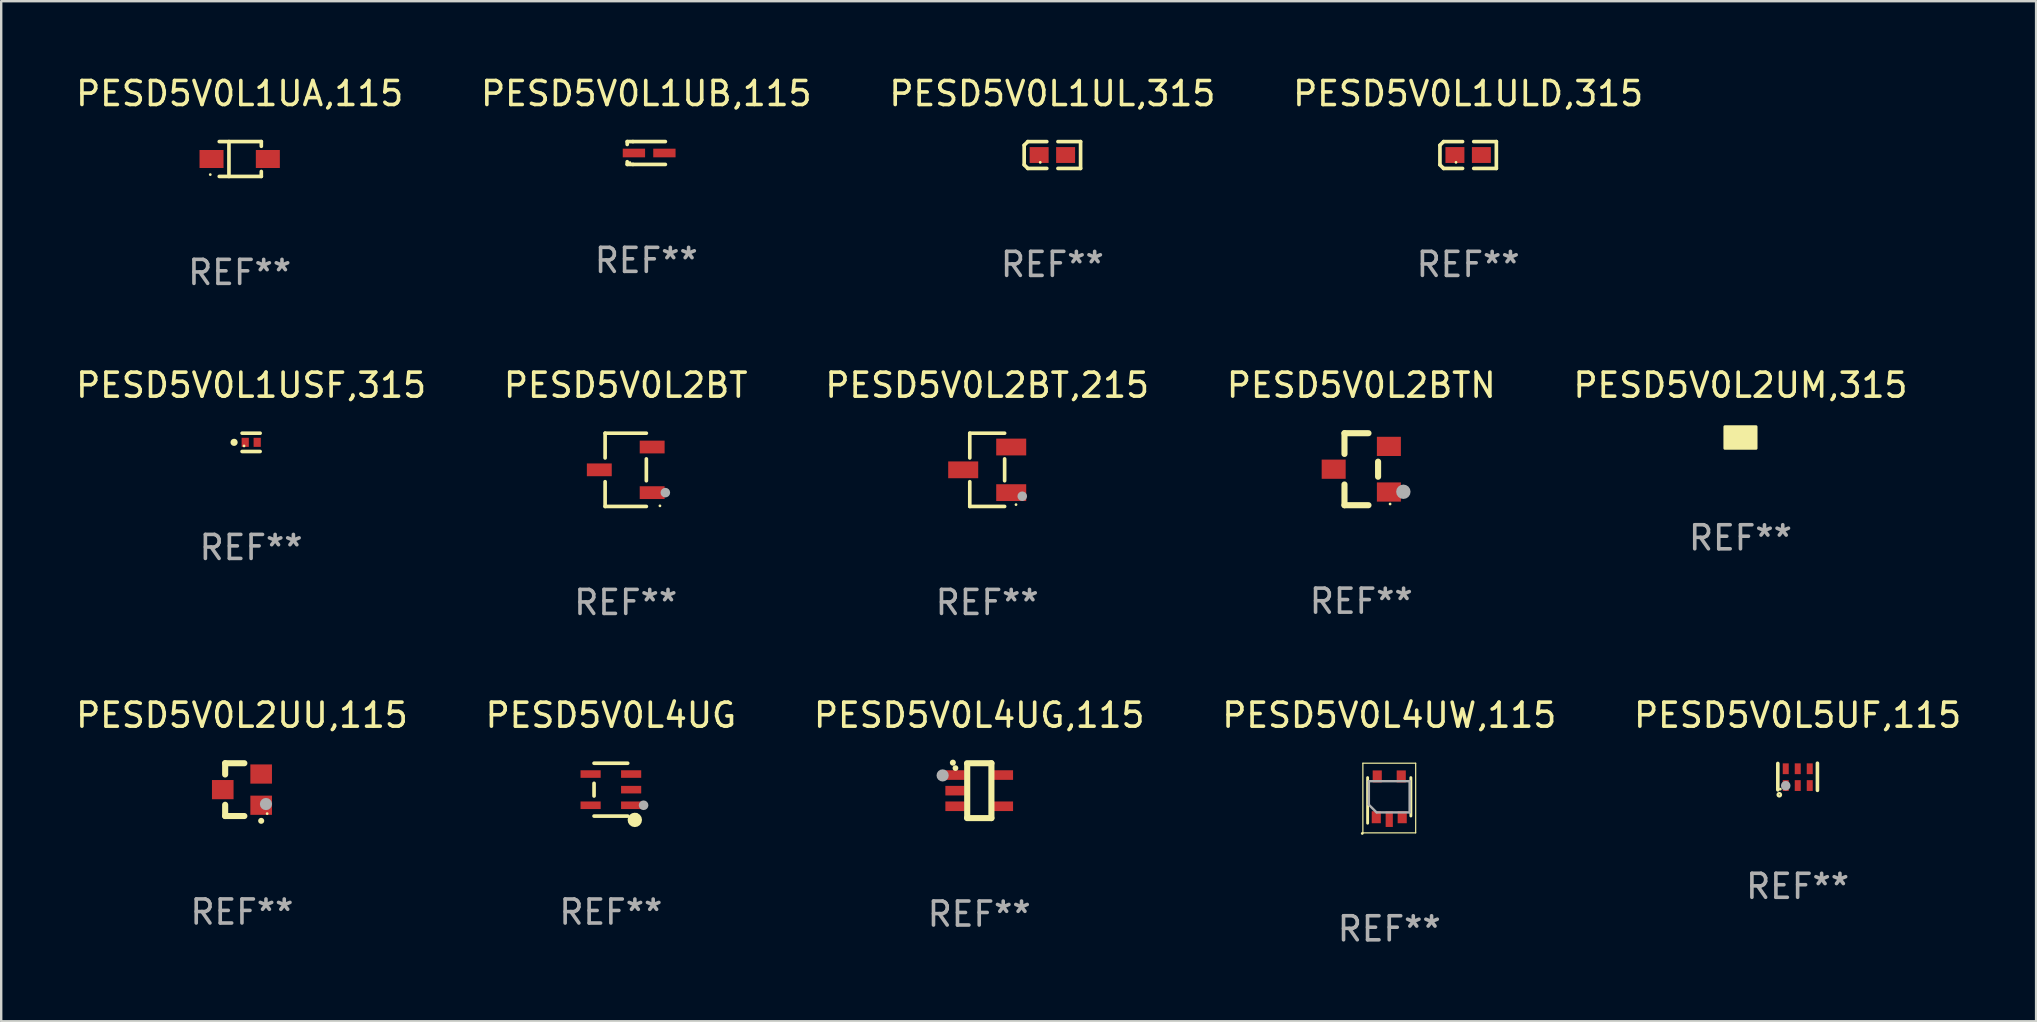
<source format=kicad_pcb>
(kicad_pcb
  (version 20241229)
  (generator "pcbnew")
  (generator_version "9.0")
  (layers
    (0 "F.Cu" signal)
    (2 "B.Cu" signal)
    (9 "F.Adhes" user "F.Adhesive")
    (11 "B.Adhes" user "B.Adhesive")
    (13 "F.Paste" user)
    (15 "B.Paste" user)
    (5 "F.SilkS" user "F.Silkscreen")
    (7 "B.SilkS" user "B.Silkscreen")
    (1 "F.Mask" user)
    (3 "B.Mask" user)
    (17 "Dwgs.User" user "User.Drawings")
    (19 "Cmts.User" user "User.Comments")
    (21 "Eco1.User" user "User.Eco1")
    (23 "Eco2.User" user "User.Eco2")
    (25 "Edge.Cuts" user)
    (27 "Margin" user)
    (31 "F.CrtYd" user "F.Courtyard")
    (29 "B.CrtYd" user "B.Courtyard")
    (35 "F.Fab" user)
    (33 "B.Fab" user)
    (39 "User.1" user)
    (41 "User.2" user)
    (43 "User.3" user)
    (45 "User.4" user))
  (footprint "PESD5V0L1UA,115"
    (layer "F.Cu")
    (at 6.935 3.574)
    (property "Reference" "PESD5V0L1UA,115" (at 0 -2.726 0) (layer "F.SilkS") (effects (font (size 1 1) (thickness 0.15))))
    (attr through_hole)
    (fp_line (start -0.851 -0.726) (end 0.901 -0.726) (stroke (width 0.152) (type solid)) (layer "F.SilkS"))
    (fp_line (start -0.851 0.726) (end 0.901 0.726) (stroke (width 0.152) (type solid)) (layer "F.SilkS"))
    (fp_line (start -0.447 -0.726) (end -0.447 0.726) (stroke (width 0.152) (type solid)) (layer "F.SilkS"))
    (fp_line (start 0.901 -0.726) (end 0.901 -0.53) (stroke (width 0.152) (type solid)) (layer "F.SilkS"))
    (fp_line (start 0.901 0.726) (end 0.901 0.52) (stroke (width 0.152) (type solid)) (layer "F.SilkS"))
    (fp_circle (center -1.225 0.65) (end -1.195 0.65) (stroke (width 0.06) (type solid)) (fill no) (layer "F.SilkS"))
    (fp_text user "REF**" (at 0 4.726 0) (layer "F.Fab") (effects (font (size 1 1) (thickness 0.15))))
    (pad "1" smd rect (at -1.173 0) (size 1 0.75) (layers "F.Cu" "F.Mask" "F.Paste"))
    (pad "2" smd rect (at 1.173 0) (size 1 0.75) (layers "F.Cu" "F.Mask" "F.Paste")))
  (footprint "PESD5V0L2UM,315"
    (layer "F.Cu")
    (at 69.458 15.177)
    (property "Reference" "PESD5V0L2UM,315" (at 0 -2.18 0) (layer "F.SilkS") (effects (font (size 1 1) (thickness 0.15))))
    (attr through_hole)
    (fp_circle (center 0.513 0.311) (end 0.543 0.311) (stroke (width 0.06) (type solid)) (fill no) (layer "F.SilkS"))
    (fp_poly (pts (xy -0.65 -0.45) (xy 0.65 -0.45) (xy 0.65 0.45) (xy -0.65 0.45)) (stroke (width 0.12) (type solid)) (fill yes) (layer "F.SilkS"))
    (fp_text user "REF**" (at 0 4.18 0) (layer "F.Fab") (effects (font (size 1 1) (thickness 0.15))))
    (pad "1" smd custom (at 0.35 0.18) (size 0.26 0.16) (layers "F.Cu" "F.Mask" "F.Paste") (options (anchor circle)) (primitives (gr_poly (pts (xy 0.13 0.08) (xy -0.13 0.08) (xy -0.13 -0.08) (xy 0.13 -0.08)) (width 0) (fill yes))))
    (pad "2" smd custom (at 0.35 -0.18) (size 0.26 0.16) (layers "F.Cu" "F.Mask" "F.Paste") (options (anchor circle)) (primitives (gr_poly (pts (xy 0.13 0.08) (xy -0.13 0.08) (xy -0.13 -0.08) (xy 0.13 -0.08)) (width 0) (fill yes))))
    (pad "3" smd custom (at -0.35 -0.005) (size 0.26 0.51) (layers "F.Cu" "F.Mask" "F.Paste") (options (anchor circle)) (primitives (gr_poly (pts (xy 0.13 0.255) (xy -0.13 0.255) (xy -0.13 -0.255) (xy 0.13 -0.255)) (width 0) (fill yes)))))
  (footprint "PESD5V0L4UW,115"
    (layer "F.Cu")
    (at 54.827 30.196)
    (property "Reference" "PESD5V0L4UW,115" (at 0 -3.45 0) (layer "F.SilkS") (effects (font (size 1 1) (thickness 0.15))))
    (attr through_hole)
    (fp_line (start -1.1 -1.45) (end 1.1 -1.45) (stroke (width 0.05) (type solid)) (layer "F.SilkS"))
    (fp_line (start -1.1 1.45) (end -1.1 -1.45) (stroke (width 0.05) (type solid)) (layer "F.SilkS"))
    (fp_line (start -0.902 -0.851) (end -0.902 1.049) (stroke (width 0.12) (type solid)) (layer "F.SilkS"))
    (fp_line (start 0.899 0.749) (end 0.899 -0.851) (stroke (width 0.12) (type solid)) (layer "F.SilkS"))
    (fp_line (start 1.1 -1.45) (end 1.1 1.45) (stroke (width 0.05) (type solid)) (layer "F.SilkS"))
    (fp_line (start 1.1 1.45) (end -1.1 1.45) (stroke (width 0.05) (type solid)) (layer "F.SilkS"))
    (fp_circle (center -1.125 1.475) (end -1.095 1.475) (stroke (width 0.06) (type solid)) (fill no) (layer "F.SilkS"))
    (fp_line (start -0.851 -0.701) (end 0.848 -0.701) (stroke (width 0.1) (type solid)) (layer "F.Fab"))
    (fp_line (start -0.851 0.279) (end -0.851 -0.701) (stroke (width 0.1) (type solid)) (layer "F.Fab"))
    (fp_line (start -0.531 0.599) (end -0.851 0.279) (stroke (width 0.1) (type solid)) (layer "F.Fab"))
    (fp_line (start 0.848 -0.701) (end 0.848 0.599) (stroke (width 0.1) (type solid)) (layer "F.Fab"))
    (fp_line (start 0.848 0.599) (end -0.511 0.599) (stroke (width 0.1) (type solid)) (layer "F.Fab"))
    (fp_text user "REF**" (at 0 5.45 0) (layer "F.Fab") (effects (font (size 1 1) (thickness 0.15))))
    (pad "1" smd rect (at -0.541 0.8 90) (size 0.5 0.38) (layers "F.Cu" "F.Mask" "F.Paste"))
    (pad "2" smd rect (at -0.001 0.88 90) (size 0.65 0.3) (layers "F.Cu" "F.Mask" "F.Paste"))
    (pad "3" smd rect (at 0.539 0.8 90) (size 0.5 0.38) (layers "F.Cu" "F.Mask" "F.Paste"))
    (pad "4" smd rect (at 0.499 -0.9 90) (size 0.5 0.38) (layers "F.Cu" "F.Mask" "F.Paste"))
    (pad "5" smd rect (at -0.501 -0.9 90) (size 0.5 0.38) (layers "F.Cu" "F.Mask" "F.Paste")))
  (footprint "PESD5V0L2BT"
    (layer "F.Cu")
    (at 23.018 16.523)
    (property "Reference" "PESD5V0L2BT" (at 0 -3.526 0) (layer "F.SilkS") (effects (font (size 1 1) (thickness 0.15))))
    (attr through_hole)
    (fp_line (start -0.859 -1.526) (end -0.859 -0.495) (stroke (width 0.152) (type solid)) (layer "F.SilkS"))
    (fp_line (start -0.859 1.526) (end -0.859 0.495) (stroke (width 0.152) (type solid)) (layer "F.SilkS"))
    (fp_line (start 0.859 -1.526) (end -0.859 -1.526) (stroke (width 0.152) (type solid)) (layer "F.SilkS"))
    (fp_line (start 0.859 -0.455) (end 0.859 0.455) (stroke (width 0.152) (type solid)) (layer "F.SilkS"))
    (fp_line (start 0.859 1.526) (end -0.859 1.526) (stroke (width 0.152) (type solid)) (layer "F.SilkS"))
    (fp_circle (center 1.425 1.5) (end 1.455 1.5) (stroke (width 0.06) (type solid)) (fill no) (layer "F.SilkS"))
    (fp_circle (center 1.65 0.95) (end 1.75 0.95) (stroke (width 0.2) (type solid)) (fill no) (layer "F.Fab"))
    (fp_text user "REF**" (at 0 5.526 0) (layer "F.Fab") (effects (font (size 1 1) (thickness 0.15))))
    (pad "1" smd rect (at 1.101 0.95) (size 1.037 0.532) (layers "F.Cu" "F.Mask" "F.Paste"))
    (pad "2" smd rect (at 1.101 -0.95) (size 1.037 0.532) (layers "F.Cu" "F.Mask" "F.Paste"))
    (pad "3" smd rect (at -1.101 0) (size 1.037 0.532) (layers "F.Cu" "F.Mask" "F.Paste")))
  (footprint "PESD5V0L2BT,215"
    (layer "F.Cu")
    (at 38.077 16.523)
    (property "Reference" "PESD5V0L2BT,215" (at 0 -3.526 0) (layer "F.SilkS") (effects (font (size 1 1) (thickness 0.15))))
    (attr through_hole)
    (fp_line (start -0.726 -1.526) (end -0.726 -0.495) (stroke (width 0.152) (type solid)) (layer "F.SilkS"))
    (fp_line (start -0.726 1.526) (end -0.726 0.495) (stroke (width 0.152) (type solid)) (layer "F.SilkS"))
    (fp_line (start 0.726 -1.526) (end -0.726 -1.526) (stroke (width 0.152) (type solid)) (layer "F.SilkS"))
    (fp_line (start 0.726 -0.455) (end 0.726 0.455) (stroke (width 0.152) (type solid)) (layer "F.SilkS"))
    (fp_line (start 0.726 1.526) (end -0.726 1.526) (stroke (width 0.152) (type solid)) (layer "F.SilkS"))
    (fp_circle (center 1.2 1.45) (end 1.23 1.45) (stroke (width 0.06) (type solid)) (fill no) (layer "F.SilkS"))
    (fp_circle (center 1.46 1.1) (end 1.56 1.1) (stroke (width 0.2) (type solid)) (fill no) (layer "F.Fab"))
    (fp_text user "REF**" (at 0 5.526 0) (layer "F.Fab") (effects (font (size 1 1) (thickness 0.15))))
    (pad "1" smd rect (at 1 0.95) (size 1.25 0.7) (layers "F.Cu" "F.Mask" "F.Paste"))
    (pad "2" smd rect (at 1 -0.95) (size 1.25 0.7) (layers "F.Cu" "F.Mask" "F.Paste"))
    (pad "3" smd rect (at -1 0) (size 1.25 0.7) (layers "F.Cu" "F.Mask" "F.Paste")))
  (footprint "PESD5V0L2UU,115"
    (layer "F.Cu")
    (at 7.03 29.846)
    (property "Reference" "PESD5V0L2UU,115" (at 0 -3.1 0) (layer "F.SilkS") (effects (font (size 1 1) (thickness 0.15))))
    (attr through_hole)
    (fp_line (start -0.7 -1.1) (end 0.1 -1.1) (stroke (width 0.254) (type solid)) (layer "F.SilkS"))
    (fp_line (start -0.7 -0.631) (end -0.7 -1.1) (stroke (width 0.254) (type solid)) (layer "F.SilkS"))
    (fp_line (start -0.7 1.1) (end -0.7 0.631) (stroke (width 0.254) (type solid)) (layer "F.SilkS"))
    (fp_line (start -0.7 1.1) (end 0.1 1.1) (stroke (width 0.254) (type solid)) (layer "F.SilkS"))
    (fp_arc (start 0.8 1.3) (mid 0.80127 1.299994) (end 0.80254 1.3) (stroke (width 0.24892) (type solid)) (layer "F.SilkS"))
    (fp_circle (center 1.05 1) (end 1.08 1) (stroke (width 0.06) (type solid)) (fill no) (layer "F.SilkS"))
    (fp_circle (center 1 0.6) (end 1.127 0.6) (stroke (width 0.254) (type solid)) (fill no) (layer "F.Fab"))
    (fp_text user "REF**" (at 0 5.1 0) (layer "F.Fab") (effects (font (size 1 1) (thickness 0.15))))
    (pad "1" smd rect (at 0.8 0.65 90) (size 0.8 0.9) (layers "F.Cu" "F.Mask" "F.Paste"))
    (pad "2" smd rect (at 0.8 -0.65 90) (size 0.8 0.9) (layers "F.Cu" "F.Mask" "F.Paste"))
    (pad "3" smd rect (at -0.8 0 90) (size 0.8 0.9) (layers "F.Cu" "F.Mask" "F.Paste")))
  (footprint "PESD5V0L1USF,315"
    (layer "F.Cu")
    (at 7.411 15.378)
    (property "Reference" "PESD5V0L1USF,315" (at 0 -2.381 0) (layer "F.SilkS") (effects (font (size 1 1) (thickness 0.15))))
    (attr through_hole)
    (fp_line (start -0.376 -0.381) (end 0.376 -0.381) (stroke (width 0.152) (type solid)) (layer "F.SilkS"))
    (fp_line (start -0.376 0.381) (end 0.376 0.381) (stroke (width 0.152) (type solid)) (layer "F.SilkS"))
    (fp_circle (center -0.709 0) (end -0.634 0) (stroke (width 0.15) (type solid)) (fill no) (layer "F.SilkS"))
    (fp_circle (center -0.295 0.15) (end -0.265 0.15) (stroke (width 0.06) (type solid)) (fill no) (layer "F.SilkS"))
    (fp_text user "REF**" (at 0 4.381 0) (layer "F.Fab") (effects (font (size 1 1) (thickness 0.15))))
    (pad "1" smd rect (at -0.245 0) (size 0.3 0.378) (layers "F.Cu" "F.Mask" "F.Paste"))
    (pad "2" smd rect (at 0.254 0) (size 0.3 0.378) (layers "F.Cu" "F.Mask" "F.Paste")))
  (footprint "PESD5V0L5UF,115"
    (layer "F.Cu")
    (at 71.839 29.311)
    (property "Reference" "PESD5V0L5UF,115" (at 0 -2.565 0) (layer "F.SilkS") (effects (font (size 1 1) (thickness 0.15))))
    (attr through_hole)
    (fp_line (start -0.825 -0.555) (end -0.825 0.545) (stroke (width 0.15) (type solid)) (layer "F.SilkS"))
    (fp_line (start 0.825 -0.565) (end 0.825 0.565) (stroke (width 0.15) (type solid)) (layer "F.SilkS"))
    (fp_circle (center -0.763 0.749) (end -0.695 0.749) (stroke (width 0.1) (type solid)) (fill no) (layer "F.SilkS"))
    (fp_circle (center -0.72 0.515) (end -0.69 0.515) (stroke (width 0.06) (type solid)) (fill no) (layer "F.SilkS"))
    (fp_circle (center -0.496 0.371) (end -0.396 0.371) (stroke (width 0.2) (type solid)) (fill no) (layer "F.Fab"))
    (fp_text user "REF**" (at 0 4.565 0) (layer "F.Fab") (effects (font (size 1 1) (thickness 0.15))))
    (pad "1" smd rect (at -0.495 0.365) (size 0.25 0.45) (layers "F.Cu" "F.Mask" "F.Paste"))
    (pad "2" smd rect (at 0.005 0.365) (size 0.25 0.45) (layers "F.Cu" "F.Mask" "F.Paste"))
    (pad "3" smd rect (at 0.505 0.365) (size 0.25 0.45) (layers "F.Cu" "F.Mask" "F.Paste"))
    (pad "4" smd rect (at 0.505 -0.335) (size 0.25 0.45) (layers "F.Cu" "F.Mask" "F.Paste"))
    (pad "5" smd rect (at 0.005 -0.335) (size 0.25 0.45) (layers "F.Cu" "F.Mask" "F.Paste"))
    (pad "6" smd rect (at -0.495 -0.335) (size 0.25 0.45) (layers "F.Cu" "F.Mask" "F.Paste")))
  (footprint "PESD5V0L1UL,315"
    (layer "F.Cu")
    (at 40.792 3.408)
    (property "Reference" "PESD5V0L1UL,315" (at 0 -2.559 0) (layer "F.SilkS") (effects (font (size 1 1) (thickness 0.15))))
    (attr through_hole)
    (fp_line (start -1.175 -0.407) (end -1.023 -0.559) (stroke (width 0.152) (type solid)) (layer "F.SilkS"))
    (fp_line (start -1.175 0.407) (end -1.175 -0.407) (stroke (width 0.152) (type solid)) (layer "F.SilkS"))
    (fp_line (start -1.023 -0.559) (end -0.232 -0.559) (stroke (width 0.152) (type solid)) (layer "F.SilkS"))
    (fp_line (start -1.023 0.559) (end -1.175 0.407) (stroke (width 0.152) (type solid)) (layer "F.SilkS"))
    (fp_line (start -0.232 0.559) (end -1.023 0.559) (stroke (width 0.152) (type solid)) (layer "F.SilkS"))
    (fp_line (start 0.232 0.559) (end 1.175 0.559) (stroke (width 0.152) (type solid)) (layer "F.SilkS"))
    (fp_line (start 1.175 -0.559) (end 0.232 -0.559) (stroke (width 0.152) (type solid)) (layer "F.SilkS"))
    (fp_line (start 1.175 0.559) (end 1.175 -0.559) (stroke (width 0.152) (type solid)) (layer "F.SilkS"))
    (fp_circle (center -0.506 0.306) (end -0.476 0.306) (stroke (width 0.06) (type solid)) (fill no) (layer "F.SilkS"))
    (fp_text user "REF**" (at 0 4.559 0) (layer "F.Fab") (effects (font (size 1 1) (thickness 0.15))))
    (pad "1" smd rect (at -0.551 0) (size 0.79 0.661) (layers "F.Cu" "F.Mask" "F.Paste"))
    (pad "2" smd rect (at 0.551 0) (size 0.79 0.661) (layers "F.Cu" "F.Mask" "F.Paste")))
  (footprint "PESD5V0L4UG"
    (layer "F.Cu")
    (at 22.399 29.847)
    (property "Reference" "PESD5V0L4UG" (at 0 -3.101 0) (layer "F.SilkS") (effects (font (size 1 1) (thickness 0.15))))
    (attr through_hole)
    (fp_line (start -0.701 -0.264) (end -0.701 0.264) (stroke (width 0.152) (type solid)) (layer "F.SilkS"))
    (fp_line (start 0.701 -1.101) (end -0.701 -1.101) (stroke (width 0.152) (type solid)) (layer "F.SilkS"))
    (fp_line (start 0.701 1.101) (end -0.701 1.101) (stroke (width 0.152) (type solid)) (layer "F.SilkS"))
    (fp_circle (center 0.997 1.26) (end 1.147 1.26) (stroke (width 0.3) (type solid)) (fill no) (layer "F.SilkS"))
    (fp_circle (center 1.063 1.025) (end 1.093 1.025) (stroke (width 0.06) (type solid)) (fill no) (layer "F.SilkS"))
    (fp_circle (center 1.362 0.65) (end 1.463 0.65) (stroke (width 0.2) (type solid)) (fill no) (layer "F.Fab"))
    (fp_text user "REF**" (at 0 5.101 0) (layer "F.Fab") (effects (font (size 1 1) (thickness 0.15))))
    (pad "1" smd rect (at 0.844 0.65) (size 0.839 0.315) (layers "F.Cu" "F.Mask" "F.Paste"))
    (pad "2" smd rect (at 0.844 0) (size 0.839 0.315) (layers "F.Cu" "F.Mask" "F.Paste"))
    (pad "3" smd rect (at 0.844 -0.65) (size 0.839 0.315) (layers "F.Cu" "F.Mask" "F.Paste"))
    (pad "4" smd rect (at -0.844 -0.65) (size 0.839 0.315) (layers "F.Cu" "F.Mask" "F.Paste"))
    (pad "5" smd rect (at -0.844 0.65) (size 0.839 0.315) (layers "F.Cu" "F.Mask" "F.Paste")))
  (footprint "PESD5V0L2BTN"
    (layer "F.Cu")
    (at 53.661 16.497)
    (property "Reference" "PESD5V0L2BTN" (at 0 -3.5 0) (layer "F.SilkS") (effects (font (size 1 1) (thickness 0.15))))
    (attr through_hole)
    (fp_line (start -0.7 -1.5) (end 0.3 -1.5) (stroke (width 0.254) (type solid)) (layer "F.SilkS"))
    (fp_line (start -0.7 -0.636) (end -0.7 -1.5) (stroke (width 0.254) (type solid)) (layer "F.SilkS"))
    (fp_line (start -0.7 1.5) (end -0.7 0.636) (stroke (width 0.254) (type solid)) (layer "F.SilkS"))
    (fp_line (start -0.7 1.5) (end 0.3 1.5) (stroke (width 0.254) (type solid)) (layer "F.SilkS"))
    (fp_line (start 0.7 0.314) (end 0.7 -0.314) (stroke (width 0.254) (type solid)) (layer "F.SilkS"))
    (fp_circle (center 1.2 1.45) (end 1.23 1.45) (stroke (width 0.06) (type solid)) (fill no) (layer "F.SilkS"))
    (fp_circle (center 1.753 0.94) (end 1.903 0.94) (stroke (width 0.3) (type solid)) (fill no) (layer "F.Fab"))
    (fp_text user "REF**" (at 0 5.5 0) (layer "F.Fab") (effects (font (size 1 1) (thickness 0.15))))
    (pad "1" smd rect (at 1.15 0.95 180) (size 1 0.8) (layers "F.Cu" "F.Mask" "F.Paste"))
    (pad "2" smd rect (at 1.15 -0.95 180) (size 1 0.8) (layers "F.Cu" "F.Mask" "F.Paste"))
    (pad "3" smd rect (at -1.15 -0.000051 180) (size 1 0.8) (layers "F.Cu" "F.Mask" "F.Paste")))
  (footprint "PESD5V0L1UB,115"
    (layer "F.Cu")
    (at 23.875 3.324)
    (property "Reference" "PESD5V0L1UB,115" (at 0 -2.476 0) (layer "F.SilkS") (effects (font (size 1 1) (thickness 0.15))))
    (attr through_hole)
    (fp_line (start -0.795 -0.476) (end -0.795 -0.356) (stroke (width 0.152) (type solid)) (layer "F.SilkS"))
    (fp_line (start -0.795 0.363) (end -0.795 0.476) (stroke (width 0.152) (type solid)) (layer "F.SilkS"))
    (fp_line (start -0.795 0.476) (end -0.557 0.476) (stroke (width 0.152) (type solid)) (layer "F.SilkS"))
    (fp_line (start -0.557 -0.476) (end -0.795 -0.476) (stroke (width 0.152) (type solid)) (layer "F.SilkS"))
    (fp_line (start -0.557 -0.476) (end 0.795 -0.476) (stroke (width 0.152) (type solid)) (layer "F.SilkS"))
    (fp_line (start -0.557 0.476) (end 0.795 0.476) (stroke (width 0.152) (type solid)) (layer "F.SilkS"))
    (fp_circle (center -0.681 0.4) (end -0.651 0.4) (stroke (width 0.06) (type solid)) (fill no) (layer "F.SilkS"))
    (fp_text user "REF**" (at 0 4.476 0) (layer "F.Fab") (effects (font (size 1 1) (thickness 0.15))))
    (pad "1" smd rect (at -0.516 0 180) (size 0.93 0.36) (layers "F.Cu" "F.Mask" "F.Paste"))
    (pad "2" smd rect (at 0.754 0 180) (size 0.93 0.36) (layers "F.Cu" "F.Mask" "F.Paste")))
  (footprint "PESD5V0L1ULD,315"
    (layer "F.Cu")
    (at 58.113 3.408)
    (property "Reference" "PESD5V0L1ULD,315" (at 0 -2.559 0) (layer "F.SilkS") (effects (font (size 1 1) (thickness 0.15))))
    (attr through_hole)
    (fp_line (start -1.175 -0.407) (end -1.023 -0.559) (stroke (width 0.152) (type solid)) (layer "F.SilkS"))
    (fp_line (start -1.175 0.407) (end -1.175 -0.407) (stroke (width 0.152) (type solid)) (layer "F.SilkS"))
    (fp_line (start -1.023 -0.559) (end -0.232 -0.559) (stroke (width 0.152) (type solid)) (layer "F.SilkS"))
    (fp_line (start -1.023 0.559) (end -1.175 0.407) (stroke (width 0.152) (type solid)) (layer "F.SilkS"))
    (fp_line (start -0.232 0.559) (end -1.023 0.559) (stroke (width 0.152) (type solid)) (layer "F.SilkS"))
    (fp_line (start 0.232 0.559) (end 1.175 0.559) (stroke (width 0.152) (type solid)) (layer "F.SilkS"))
    (fp_line (start 1.175 -0.559) (end 0.232 -0.559) (stroke (width 0.152) (type solid)) (layer "F.SilkS"))
    (fp_line (start 1.175 0.559) (end 1.175 -0.559) (stroke (width 0.152) (type solid)) (layer "F.SilkS"))
    (fp_circle (center -0.506 0.306) (end -0.476 0.306) (stroke (width 0.06) (type solid)) (fill no) (layer "F.SilkS"))
    (fp_text user "REF**" (at 0 4.559 0) (layer "F.Fab") (effects (font (size 1 1) (thickness 0.15))))
    (pad "1" smd rect (at -0.551 0) (size 0.79 0.661) (layers "F.Cu" "F.Mask" "F.Paste"))
    (pad "2" smd rect (at 0.551 0) (size 0.79 0.661) (layers "F.Cu" "F.Mask" "F.Paste")))
  (footprint "PESD5V0L4UG,115"
    (layer "F.Cu")
    (at 37.744 29.889)
    (property "Reference" "PESD5V0L4UG,115" (at 0 -3.143 0) (layer "F.SilkS") (effects (font (size 1 1) (thickness 0.15))))
    (attr through_hole)
    (fp_line (start -0.508 1.143) (end 0.508 1.143) (stroke (width 0.254) (type solid)) (layer "F.SilkS"))
    (fp_line (start -0.5 -1.1) (end -0.5 1.1) (stroke (width 0.254) (type solid)) (layer "F.SilkS"))
    (fp_line (start 0.508 -1.143) (end -0.508 -1.143) (stroke (width 0.254) (type solid)) (layer "F.SilkS"))
    (fp_line (start 0.508 1.143) (end 0.508 -1.143) (stroke (width 0.254) (type solid)) (layer "F.SilkS"))
    (fp_arc (start -1.098095 -1.165177) (mid -1.098102 -1.166447) (end -1.098095 -1.167717) (stroke (width 0.24892) (type solid)) (layer "F.SilkS"))
    (fp_circle (center -0.99 -0.94) (end -0.93 -0.94) (stroke (width 0.12) (type solid)) (fill no) (layer "F.SilkS"))
    (fp_circle (center -1.524 -0.635) (end -1.397 -0.635) (stroke (width 0.254) (type solid)) (fill no) (layer "F.Fab"))
    (fp_text user "REF**" (at 0 5.143 0) (layer "F.Fab") (effects (font (size 1 1) (thickness 0.15))))
    (pad "1" smd rect (at -1.01 -0.65 90) (size 0.4 0.8) (layers "F.Cu" "F.Mask" "F.Paste"))
    (pad "2" smd rect (at -1.01 0 90) (size 0.4 0.8) (layers "F.Cu" "F.Mask" "F.Paste"))
    (pad "3" smd rect (at -1.01 0.65 90) (size 0.4 0.8) (layers "F.Cu" "F.Mask" "F.Paste"))
    (pad "4" smd rect (at 1.01 0.65 90) (size 0.4 0.8) (layers "F.Cu" "F.Mask" "F.Paste"))
    (pad "5" smd rect (at 1.01 -0.65 90) (size 0.4 0.8) (layers "F.Cu" "F.Mask" "F.Paste")))
  (gr_rect
    (start -3 -3)
    (end 81.774 39.495)
    (stroke (width 0.1) (type default))
    (fill no)
    (layer "Edge.Cuts")))
</source>
